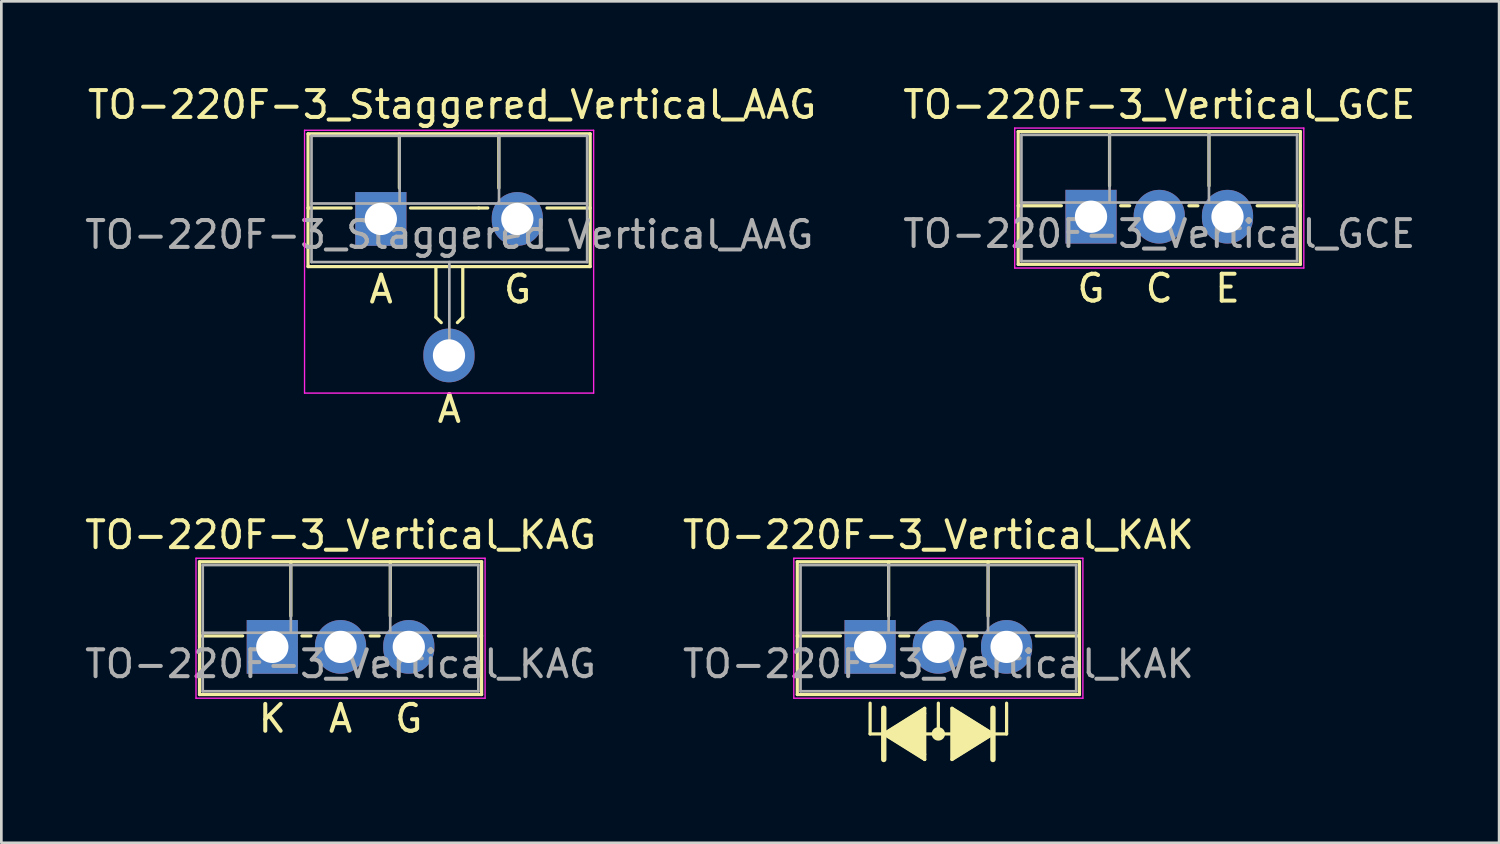
<source format=kicad_pcb>
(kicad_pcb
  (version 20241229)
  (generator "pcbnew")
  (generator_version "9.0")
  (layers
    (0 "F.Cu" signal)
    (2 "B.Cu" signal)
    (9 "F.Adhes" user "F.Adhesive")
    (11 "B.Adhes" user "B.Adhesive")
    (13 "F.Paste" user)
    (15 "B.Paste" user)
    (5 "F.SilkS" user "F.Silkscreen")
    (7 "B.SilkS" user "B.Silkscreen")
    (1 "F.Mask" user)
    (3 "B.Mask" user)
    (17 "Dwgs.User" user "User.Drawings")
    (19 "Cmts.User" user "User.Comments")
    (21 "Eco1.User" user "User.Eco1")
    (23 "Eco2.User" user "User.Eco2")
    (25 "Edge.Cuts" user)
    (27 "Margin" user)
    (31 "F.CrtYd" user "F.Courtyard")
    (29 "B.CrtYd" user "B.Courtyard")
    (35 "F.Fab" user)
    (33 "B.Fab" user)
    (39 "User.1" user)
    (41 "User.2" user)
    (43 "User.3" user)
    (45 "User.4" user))
  (footprint "TO-220F-3_Staggered_Vertical_AAG"
    (layer "F.Cu")
    (at 11.134 5.051)
    (property "Reference" "TO-220F-3_Staggered_Vertical_AAG" (at 2.642 -4.203 0) (layer "F.SilkS") (effects (font (size 1 1) (thickness 0.15))))
    (fp_line (start -2.719 -3.12) (end -2.719 1.821) (stroke (width 0.12) (type solid)) (layer "F.SilkS"))
    (fp_line (start -2.719 -3.12) (end 7.781 -3.12) (stroke (width 0.12) (type solid)) (layer "F.SilkS"))
    (fp_line (start -2.719 -0.36) (end -1.112 -0.36) (stroke (width 0.12) (type solid)) (layer "F.SilkS"))
    (fp_line (start -2.719 1.821) (end 7.781 1.821) (stroke (width 0.12) (type solid)) (layer "F.SilkS"))
    (fp_line (start 0.681 -3.12) (end 0.681 -1.102) (stroke (width 0.12) (type solid)) (layer "F.SilkS"))
    (fp_line (start 1.094 -0.36) (end 3.634 -0.36) (stroke (width 0.12) (type solid)) (layer "F.SilkS"))
    (fp_line (start 2.04 1.841) (end 2.04 3.707) (stroke (width 0.12) (type solid)) (layer "F.SilkS"))
    (fp_line (start 2.04 3.707) (end 2.24 3.907) (stroke (width 0.12) (type solid)) (layer "F.SilkS"))
    (fp_line (start 3.04 1.841) (end 3.04 3.707) (stroke (width 0.12) (type solid)) (layer "F.SilkS"))
    (fp_line (start 3.04 3.707) (end 2.84 3.907) (stroke (width 0.12) (type solid)) (layer "F.SilkS"))
    (fp_line (start 3.634 -0.36) (end 3.969 -0.36) (stroke (width 0.12) (type solid)) (layer "F.SilkS"))
    (fp_line (start 4.382 -3.12) (end 4.382 -1.102) (stroke (width 0.12) (type solid)) (layer "F.SilkS"))
    (fp_line (start 6.174 -0.36) (end 7.781 -0.36) (stroke (width 0.12) (type solid)) (layer "F.SilkS"))
    (fp_line (start 7.781 -3.12) (end 7.781 1.821) (stroke (width 0.12) (type solid)) (layer "F.SilkS"))
    (fp_line (start -2.849 -3.252) (end -2.849 6.53) (stroke (width 0.05) (type solid)) (layer "F.CrtYd"))
    (fp_line (start -2.849 6.53) (end 7.911 6.53) (stroke (width 0.05) (type solid)) (layer "F.CrtYd"))
    (fp_line (start 7.911 -3.252) (end -2.849 -3.252) (stroke (width 0.05) (type solid)) (layer "F.CrtYd"))
    (fp_line (start 7.911 6.53) (end 7.911 -3.252) (stroke (width 0.05) (type solid)) (layer "F.CrtYd"))
    (fp_line (start -2.59 -3.047) (end -2.59 1.653) (stroke (width 0.1) (type solid)) (layer "F.Fab"))
    (fp_line (start -2.59 -0.527) (end 7.67 -0.527) (stroke (width 0.1) (type solid)) (layer "F.Fab"))
    (fp_line (start -2.59 1.653) (end 7.67 1.653) (stroke (width 0.1) (type solid)) (layer "F.Fab"))
    (fp_line (start 0.69 -3.047) (end 0.69 -0.527) (stroke (width 0.1) (type solid)) (layer "F.Fab"))
    (fp_line (start 2.54 5.08) (end 2.54 1.653) (stroke (width 0.1) (type solid)) (layer "F.Fab"))
    (fp_line (start 4.39 -3.047) (end 4.39 -0.527) (stroke (width 0.1) (type solid)) (layer "F.Fab"))
    (fp_line (start 7.67 -3.047) (end -2.59 -3.047) (stroke (width 0.1) (type solid)) (layer "F.Fab"))
    (fp_line (start 7.67 1.653) (end 7.67 -3.047) (stroke (width 0.1) (type solid)) (layer "F.Fab"))
    (fp_text user "A" (at 2.54 7.112 0) (unlocked yes) (layer "F.SilkS") (effects (font (size 1 1) (thickness 0.15))))
    (fp_text user "A" (at 0 2.667 0) (unlocked yes) (layer "F.SilkS") (effects (font (size 1 1) (thickness 0.15))))
    (fp_text user "G" (at 5.08 2.667 0) (unlocked yes) (layer "F.SilkS") (effects (font (size 1 1) (thickness 0.15))))
    (fp_text user "${REFERENCE}" (at 2.539 0.634 0) (layer "F.Fab") (effects (font (size 1 1) (thickness 0.15))))
    (pad "1" thru_hole rect (at -0.009 0.048) (size 1.905 2) (drill 1.2) (layers "*.Cu" "*.Mask"))
    (pad "2" thru_hole oval (at 2.527 5.128) (size 1.905 2) (drill 1.2) (layers "*.Cu" "*.Mask"))
    (pad "3" thru_hole oval (at 5.071 0.048) (size 1.905 2) (drill 1.2) (layers "*.Cu" "*.Mask")))
  (footprint "TO-220F-3_Vertical_KAK"
    (layer "F.Cu")
    (at 29.335 21.027)
    (property "Reference" "TO-220F-3_Vertical_KAK" (at 2.54 -4.168 0) (layer "F.SilkS") (effects (font (size 1 1) (thickness 0.15))))
    (attr through_hole)
    (fp_line (start -2.71 -3.168) (end -2.71 1.773) (stroke (width 0.12) (type solid)) (layer "F.SilkS"))
    (fp_line (start -2.71 -3.168) (end 7.79 -3.168) (stroke (width 0.12) (type solid)) (layer "F.SilkS"))
    (fp_line (start -2.71 -0.408) (end -1.103 -0.408) (stroke (width 0.12) (type solid)) (layer "F.SilkS"))
    (fp_line (start -2.71 1.773) (end 7.79 1.773) (stroke (width 0.12) (type solid)) (layer "F.SilkS"))
    (fp_line (start 0 2.095) (end 0 3.239) (stroke (width 0.12) (type solid)) (layer "F.SilkS"))
    (fp_line (start 0 3.239) (end 0.508 3.239) (stroke (width 0.12) (type solid)) (layer "F.SilkS"))
    (fp_line (start 0.508 2.286) (end 0.508 4.191) (stroke (width 0.2) (type solid)) (layer "F.SilkS"))
    (fp_line (start 0.508 3.239) (end 2.032 2.286) (stroke (width 0.12) (type solid)) (layer "F.SilkS"))
    (fp_line (start 0.508 3.239) (end 2.032 4.191) (stroke (width 0.12) (type solid)) (layer "F.SilkS"))
    (fp_line (start 0.69 -3.168) (end 0.69 -1.15) (stroke (width 0.12) (type solid)) (layer "F.SilkS"))
    (fp_line (start 1.103 -0.408) (end 1.438 -0.408) (stroke (width 0.12) (type solid)) (layer "F.SilkS"))
    (fp_line (start 2.032 2.477) (end 2.032 2.286) (stroke (width 0.12) (type solid)) (layer "F.SilkS"))
    (fp_line (start 2.032 4) (end 2.032 2.477) (stroke (width 0.12) (type solid)) (layer "F.SilkS"))
    (fp_line (start 2.032 4) (end 2.032 4.191) (stroke (width 0.12) (type solid)) (layer "F.SilkS"))
    (fp_line (start 2.54 2.095) (end 2.54 3.239) (stroke (width 0.12) (type solid)) (layer "F.SilkS"))
    (fp_line (start 2.54 3.239) (end 2.032 3.239) (stroke (width 0.12) (type solid)) (layer "F.SilkS"))
    (fp_line (start 2.54 3.239) (end 3.048 3.239) (stroke (width 0.12) (type solid)) (layer "F.SilkS"))
    (fp_line (start 3.048 2.286) (end 3.048 4.191) (stroke (width 0.12) (type solid)) (layer "F.SilkS"))
    (fp_line (start 3.048 4.191) (end 4.572 3.239) (stroke (width 0.12) (type solid)) (layer "F.SilkS"))
    (fp_line (start 3.643 -0.408) (end 3.978 -0.408) (stroke (width 0.12) (type solid)) (layer "F.SilkS"))
    (fp_line (start 4.391 -3.168) (end 4.391 -1.15) (stroke (width 0.12) (type solid)) (layer "F.SilkS"))
    (fp_line (start 4.572 3.239) (end 3.048 2.286) (stroke (width 0.12) (type solid)) (layer "F.SilkS"))
    (fp_line (start 4.572 4.191) (end 4.572 2.286) (stroke (width 0.2) (type solid)) (layer "F.SilkS"))
    (fp_line (start 5.08 2.095) (end 5.08 3.239) (stroke (width 0.12) (type solid)) (layer "F.SilkS"))
    (fp_line (start 5.08 3.239) (end 4.572 3.239) (stroke (width 0.12) (type solid)) (layer "F.SilkS"))
    (fp_line (start 6.183 -0.408) (end 7.79 -0.408) (stroke (width 0.12) (type solid)) (layer "F.SilkS"))
    (fp_line (start 7.79 -3.168) (end 7.79 1.773) (stroke (width 0.12) (type solid)) (layer "F.SilkS"))
    (fp_circle (center 2.54 3.239) (end 2.54 3.302) (stroke (width 0.12) (type solid)) (fill no) (layer "F.SilkS"))
    (fp_circle (center 2.54 3.239) (end 2.54 3.365) (stroke (width 0.12) (type solid)) (fill no) (layer "F.SilkS"))
    (fp_circle (center 2.54 3.239) (end 2.54 3.429) (stroke (width 0.12) (type solid)) (fill no) (layer "F.SilkS"))
    (fp_poly (pts (xy 0.508 3.239) (xy 2.032 2.286) (xy 2.032 4.191)) (stroke (width 0.1) (type solid)) (fill yes) (layer "F.SilkS"))
    (fp_poly (pts (xy 3.048 2.286) (xy 4.572 3.239) (xy 3.048 4.191)) (stroke (width 0.1) (type solid)) (fill yes) (layer "F.SilkS"))
    (fp_line (start -2.84 -3.3) (end -2.84 1.91) (stroke (width 0.05) (type solid)) (layer "F.CrtYd"))
    (fp_line (start -2.84 1.91) (end 7.92 1.91) (stroke (width 0.05) (type solid)) (layer "F.CrtYd"))
    (fp_line (start 7.92 -3.3) (end -2.84 -3.3) (stroke (width 0.05) (type solid)) (layer "F.CrtYd"))
    (fp_line (start 7.92 1.91) (end 7.92 -3.3) (stroke (width 0.05) (type solid)) (layer "F.CrtYd"))
    (fp_line (start -2.59 -3.047) (end -2.59 1.653) (stroke (width 0.1) (type solid)) (layer "F.Fab"))
    (fp_line (start -2.59 -0.527) (end 7.67 -0.527) (stroke (width 0.1) (type solid)) (layer "F.Fab"))
    (fp_line (start -2.59 1.653) (end 7.67 1.653) (stroke (width 0.1) (type solid)) (layer "F.Fab"))
    (fp_line (start 0.69 -3.047) (end 0.69 -0.527) (stroke (width 0.1) (type solid)) (layer "F.Fab"))
    (fp_line (start 4.39 -3.047) (end 4.39 -0.527) (stroke (width 0.1) (type solid)) (layer "F.Fab"))
    (fp_line (start 7.67 -3.047) (end -2.59 -3.047) (stroke (width 0.1) (type solid)) (layer "F.Fab"))
    (fp_line (start 7.67 1.653) (end 7.67 -3.047) (stroke (width 0.1) (type solid)) (layer "F.Fab"))
    (fp_text user "${REFERENCE}" (at 2.54 0.635 0) (layer "F.Fab") (effects (font (size 1 1) (thickness 0.15))))
    (pad "1" thru_hole rect (at 0 0) (size 1.905 2) (drill 1.2) (layers "*.Cu" "*.Mask"))
    (pad "2" thru_hole oval (at 2.54 0) (size 1.905 2) (drill 1.2) (layers "*.Cu" "*.Mask"))
    (pad "3" thru_hole oval (at 5.08 0) (size 1.905 2) (drill 1.2) (layers "*.Cu" "*.Mask")))
  (footprint "TO-220F-3_Vertical_KAG"
    (layer "F.Cu")
    (at 7.085 21.027)
    (property "Reference" "TO-220F-3_Vertical_KAG" (at 2.54 -4.168 0) (layer "F.SilkS") (effects (font (size 1 1) (thickness 0.15))))
    (fp_line (start -2.71 -3.168) (end -2.71 1.773) (stroke (width 0.12) (type solid)) (layer "F.SilkS"))
    (fp_line (start -2.71 -3.168) (end 7.79 -3.168) (stroke (width 0.12) (type solid)) (layer "F.SilkS"))
    (fp_line (start -2.71 -0.408) (end -1.103 -0.408) (stroke (width 0.12) (type solid)) (layer "F.SilkS"))
    (fp_line (start -2.71 1.773) (end 7.79 1.773) (stroke (width 0.12) (type solid)) (layer "F.SilkS"))
    (fp_line (start 0.69 -3.168) (end 0.69 -1.15) (stroke (width 0.12) (type solid)) (layer "F.SilkS"))
    (fp_line (start 1.103 -0.408) (end 1.438 -0.408) (stroke (width 0.12) (type solid)) (layer "F.SilkS"))
    (fp_line (start 3.643 -0.408) (end 3.978 -0.408) (stroke (width 0.12) (type solid)) (layer "F.SilkS"))
    (fp_line (start 4.391 -3.168) (end 4.391 -1.15) (stroke (width 0.12) (type solid)) (layer "F.SilkS"))
    (fp_line (start 6.183 -0.408) (end 7.79 -0.408) (stroke (width 0.12) (type solid)) (layer "F.SilkS"))
    (fp_line (start 7.79 -3.168) (end 7.79 1.773) (stroke (width 0.12) (type solid)) (layer "F.SilkS"))
    (fp_line (start -2.84 -3.3) (end -2.84 1.91) (stroke (width 0.05) (type solid)) (layer "F.CrtYd"))
    (fp_line (start -2.84 1.91) (end 7.92 1.91) (stroke (width 0.05) (type solid)) (layer "F.CrtYd"))
    (fp_line (start 7.92 -3.3) (end -2.84 -3.3) (stroke (width 0.05) (type solid)) (layer "F.CrtYd"))
    (fp_line (start 7.92 1.91) (end 7.92 -3.3) (stroke (width 0.05) (type solid)) (layer "F.CrtYd"))
    (fp_line (start -2.59 -3.047) (end -2.59 1.653) (stroke (width 0.1) (type solid)) (layer "F.Fab"))
    (fp_line (start -2.59 -0.527) (end 7.67 -0.527) (stroke (width 0.1) (type solid)) (layer "F.Fab"))
    (fp_line (start -2.59 1.653) (end 7.67 1.653) (stroke (width 0.1) (type solid)) (layer "F.Fab"))
    (fp_line (start 0.69 -3.047) (end 0.69 -0.527) (stroke (width 0.1) (type solid)) (layer "F.Fab"))
    (fp_line (start 4.39 -3.047) (end 4.39 -0.527) (stroke (width 0.1) (type solid)) (layer "F.Fab"))
    (fp_line (start 7.67 -3.047) (end -2.59 -3.047) (stroke (width 0.1) (type solid)) (layer "F.Fab"))
    (fp_line (start 7.67 1.653) (end 7.67 -3.047) (stroke (width 0.1) (type solid)) (layer "F.Fab"))
    (fp_text user "G" (at 5.08 2.667 0) (unlocked yes) (layer "F.SilkS") (effects (font (size 1 1) (thickness 0.15))))
    (fp_text user "A" (at 2.54 2.667 0) (unlocked yes) (layer "F.SilkS") (effects (font (size 1 1) (thickness 0.15))))
    (fp_text user "K" (at 0 2.667 0) (unlocked yes) (layer "F.SilkS") (effects (font (size 1 1) (thickness 0.15))))
    (fp_text user "${REFERENCE}" (at 2.54 0.635 0) (layer "F.Fab") (effects (font (size 1 1) (thickness 0.15))))
    (pad "1" thru_hole rect (at 0 0) (size 1.905 2) (drill 1.2) (layers "*.Cu" "*.Mask"))
    (pad "2" thru_hole oval (at 2.54 0) (size 1.905 2) (drill 1.2) (layers "*.Cu" "*.Mask"))
    (pad "3" thru_hole oval (at 5.08 0) (size 1.905 2) (drill 1.2) (layers "*.Cu" "*.Mask")))
  (footprint "TO-220F-3_Vertical_GCE"
    (layer "F.Cu")
    (at 37.557 5.016)
    (property "Reference" "TO-220F-3_Vertical_GCE" (at 2.54 -4.168 0) (layer "F.SilkS") (effects (font (size 1 1) (thickness 0.15))))
    (fp_line (start -2.71 -3.168) (end -2.71 1.773) (stroke (width 0.12) (type solid)) (layer "F.SilkS"))
    (fp_line (start -2.71 -3.168) (end 7.79 -3.168) (stroke (width 0.12) (type solid)) (layer "F.SilkS"))
    (fp_line (start -2.71 -0.408) (end -1.103 -0.408) (stroke (width 0.12) (type solid)) (layer "F.SilkS"))
    (fp_line (start -2.71 1.773) (end 7.79 1.773) (stroke (width 0.12) (type solid)) (layer "F.SilkS"))
    (fp_line (start 0.69 -3.168) (end 0.69 -1.15) (stroke (width 0.12) (type solid)) (layer "F.SilkS"))
    (fp_line (start 1.103 -0.408) (end 1.438 -0.408) (stroke (width 0.12) (type solid)) (layer "F.SilkS"))
    (fp_line (start 3.643 -0.408) (end 3.978 -0.408) (stroke (width 0.12) (type solid)) (layer "F.SilkS"))
    (fp_line (start 4.391 -3.168) (end 4.391 -1.15) (stroke (width 0.12) (type solid)) (layer "F.SilkS"))
    (fp_line (start 6.183 -0.408) (end 7.79 -0.408) (stroke (width 0.12) (type solid)) (layer "F.SilkS"))
    (fp_line (start 7.79 -3.168) (end 7.79 1.773) (stroke (width 0.12) (type solid)) (layer "F.SilkS"))
    (fp_line (start -2.84 -3.3) (end -2.84 1.91) (stroke (width 0.05) (type solid)) (layer "F.CrtYd"))
    (fp_line (start -2.84 1.91) (end 7.92 1.91) (stroke (width 0.05) (type solid)) (layer "F.CrtYd"))
    (fp_line (start 7.92 -3.3) (end -2.84 -3.3) (stroke (width 0.05) (type solid)) (layer "F.CrtYd"))
    (fp_line (start 7.92 1.91) (end 7.92 -3.3) (stroke (width 0.05) (type solid)) (layer "F.CrtYd"))
    (fp_line (start -2.59 -3.047) (end -2.59 1.653) (stroke (width 0.1) (type solid)) (layer "F.Fab"))
    (fp_line (start -2.59 -0.527) (end 7.67 -0.527) (stroke (width 0.1) (type solid)) (layer "F.Fab"))
    (fp_line (start -2.59 1.653) (end 7.67 1.653) (stroke (width 0.1) (type solid)) (layer "F.Fab"))
    (fp_line (start 0.69 -3.047) (end 0.69 -0.527) (stroke (width 0.1) (type solid)) (layer "F.Fab"))
    (fp_line (start 4.39 -3.047) (end 4.39 -0.527) (stroke (width 0.1) (type solid)) (layer "F.Fab"))
    (fp_line (start 7.67 -3.047) (end -2.59 -3.047) (stroke (width 0.1) (type solid)) (layer "F.Fab"))
    (fp_line (start 7.67 1.653) (end 7.67 -3.047) (stroke (width 0.1) (type solid)) (layer "F.Fab"))
    (fp_text user "C" (at 2.54 2.667 0) (unlocked yes) (layer "F.SilkS") (effects (font (size 1 1) (thickness 0.15))))
    (fp_text user "E" (at 5.08 2.667 0) (unlocked yes) (layer "F.SilkS") (effects (font (size 1 1) (thickness 0.15))))
    (fp_text user "G" (at 0 2.667 0) (unlocked yes) (layer "F.SilkS") (effects (font (size 1 1) (thickness 0.15))))
    (fp_text user "${REFERENCE}" (at 2.54 0.635 0) (layer "F.Fab") (effects (font (size 1 1) (thickness 0.15))))
    (pad "1" thru_hole rect (at 0 0) (size 1.905 2) (drill 1.2) (layers "*.Cu" "*.Mask"))
    (pad "2" thru_hole oval (at 2.54 0) (size 1.905 2) (drill 1.2) (layers "*.Cu" "*.Mask"))
    (pad "3" thru_hole oval (at 5.08 0) (size 1.905 2) (drill 1.2) (layers "*.Cu" "*.Mask")))
  (gr_rect
    (start -3 -3)
    (end 52.746 28.318)
    (stroke (width 0.1) (type default))
    (fill no)
    (layer "Edge.Cuts")))
</source>
